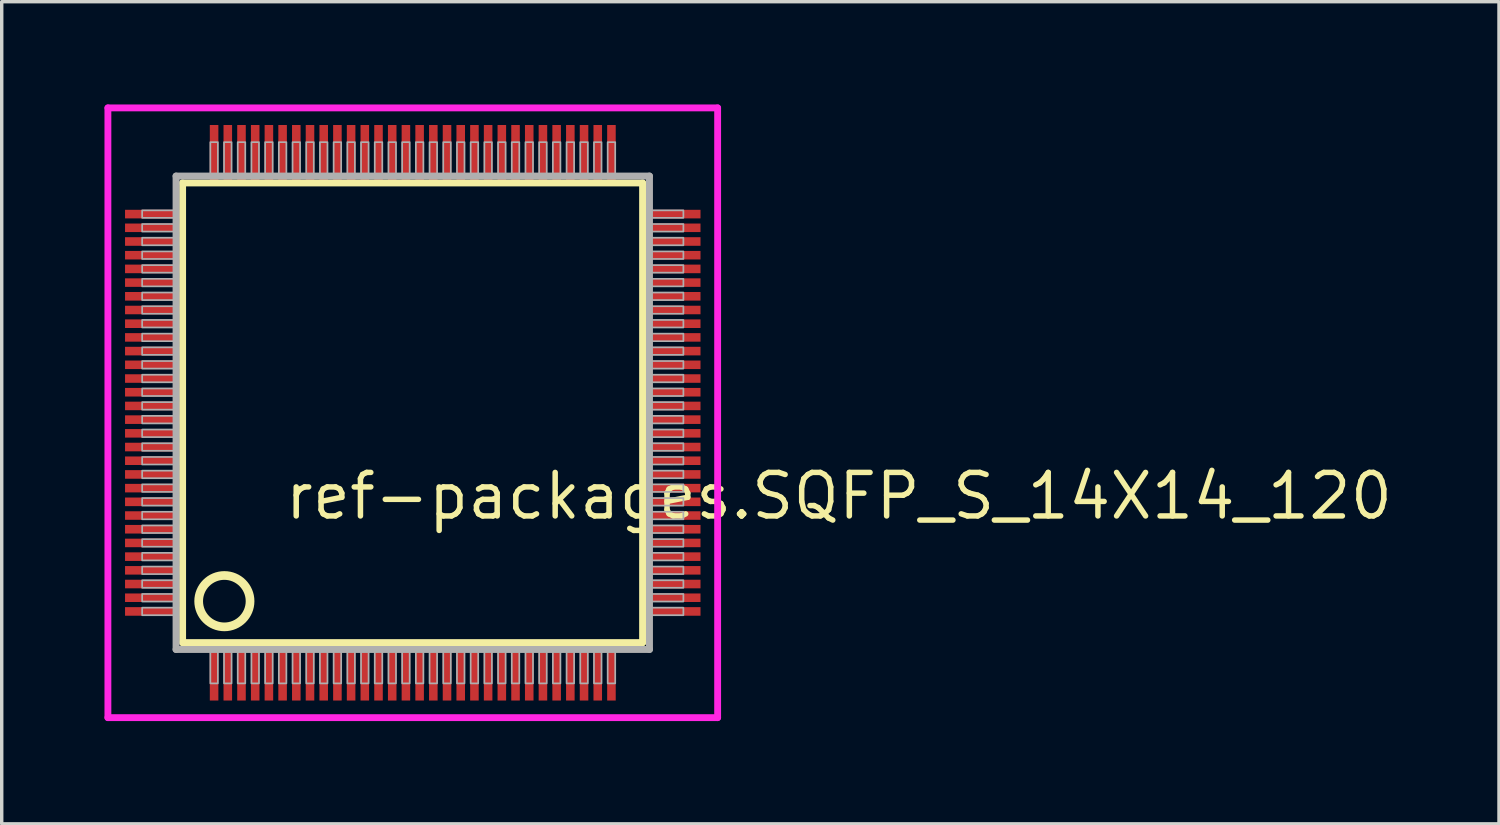
<source format=kicad_pcb>
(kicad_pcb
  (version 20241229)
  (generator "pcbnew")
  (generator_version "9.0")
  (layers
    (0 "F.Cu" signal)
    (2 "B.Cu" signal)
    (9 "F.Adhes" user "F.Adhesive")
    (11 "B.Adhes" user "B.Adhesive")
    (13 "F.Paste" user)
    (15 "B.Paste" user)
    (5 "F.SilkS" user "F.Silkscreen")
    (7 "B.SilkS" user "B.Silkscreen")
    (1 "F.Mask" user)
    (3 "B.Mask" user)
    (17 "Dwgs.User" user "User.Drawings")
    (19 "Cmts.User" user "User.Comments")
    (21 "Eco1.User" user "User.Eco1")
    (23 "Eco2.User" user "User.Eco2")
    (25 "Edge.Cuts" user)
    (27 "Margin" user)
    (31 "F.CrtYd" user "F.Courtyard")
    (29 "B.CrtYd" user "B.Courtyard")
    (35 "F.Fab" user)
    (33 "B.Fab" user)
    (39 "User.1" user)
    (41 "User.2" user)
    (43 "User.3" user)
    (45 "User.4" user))
  (footprint "ref-packages.SQFP_S_14X14_120"
    (layer "F.Cu")
    (at 9 9)
    (property "Reference" "ref-packages.SQFP_S_14X14_120" (at -3.81 3.175 0) (layer "F.SilkS") (effects (font (size 1.27 1.27) (thickness 0.16)) (justify left bottom)))
    (attr smd)
    (fp_line (start -6.72 -6.71) (end 6.71 -6.71) (stroke (width 0.203) (type default)) (layer "F.SilkS"))
    (fp_line (start -6.72 6.71) (end -6.72 -6.71) (stroke (width 0.203) (type default)) (layer "F.SilkS"))
    (fp_line (start 6.71 -6.71) (end 6.71 6.71) (stroke (width 0.203) (type default)) (layer "F.SilkS"))
    (fp_line (start 6.71 6.71) (end -6.72 6.71) (stroke (width 0.203) (type default)) (layer "F.SilkS"))
    (fp_circle (center -5.5 5.5) (end -4.75 5.5) (stroke (width 0.254) (type default)) (fill no) (layer "F.SilkS"))
    (fp_line (start -8.9 -8.9) (end 8.9 -8.9) (stroke (width 0.2) (type default)) (layer "F.CrtYd"))
    (fp_line (start -8.9 8.9) (end -8.9 -8.9) (stroke (width 0.2) (type default)) (layer "F.CrtYd"))
    (fp_line (start 8.9 -8.9) (end 8.9 8.9) (stroke (width 0.2) (type default)) (layer "F.CrtYd"))
    (fp_line (start 8.9 8.9) (end -8.9 8.9) (stroke (width 0.2) (type default)) (layer "F.CrtYd"))
    (fp_line (start -6.91 -6.91) (end -6.91 6.91) (stroke (width 0.203) (type default)) (layer "F.Fab"))
    (fp_line (start -6.91 6.91) (end 6.91 6.91) (stroke (width 0.203) (type default)) (layer "F.Fab"))
    (fp_line (start 6.91 -6.91) (end -6.91 -6.91) (stroke (width 0.203) (type default)) (layer "F.Fab"))
    (fp_line (start 6.91 6.91) (end 6.91 -6.91) (stroke (width 0.203) (type default)) (layer "F.Fab"))
    (fp_rect (start -7.9 -5.69) (end -6.95 -5.91) (stroke (width 0.05) (type default)) (fill no) (layer "F.Fab"))
    (fp_rect (start -7.9 -5.29) (end -6.95 -5.51) (stroke (width 0.05) (type default)) (fill no) (layer "F.Fab"))
    (fp_rect (start -7.9 -4.89) (end -6.95 -5.11) (stroke (width 0.05) (type default)) (fill no) (layer "F.Fab"))
    (fp_rect (start -7.9 -4.49) (end -6.95 -4.71) (stroke (width 0.05) (type default)) (fill no) (layer "F.Fab"))
    (fp_rect (start -7.9 -4.09) (end -6.95 -4.31) (stroke (width 0.05) (type default)) (fill no) (layer "F.Fab"))
    (fp_rect (start -7.9 -3.69) (end -6.95 -3.91) (stroke (width 0.05) (type default)) (fill no) (layer "F.Fab"))
    (fp_rect (start -7.9 -3.29) (end -6.95 -3.51) (stroke (width 0.05) (type default)) (fill no) (layer "F.Fab"))
    (fp_rect (start -7.9 -2.89) (end -6.95 -3.11) (stroke (width 0.05) (type default)) (fill no) (layer "F.Fab"))
    (fp_rect (start -7.9 -2.49) (end -6.95 -2.71) (stroke (width 0.05) (type default)) (fill no) (layer "F.Fab"))
    (fp_rect (start -7.9 -2.09) (end -6.95 -2.31) (stroke (width 0.05) (type default)) (fill no) (layer "F.Fab"))
    (fp_rect (start -7.9 -1.69) (end -6.95 -1.91) (stroke (width 0.05) (type default)) (fill no) (layer "F.Fab"))
    (fp_rect (start -7.9 -1.29) (end -6.95 -1.51) (stroke (width 0.05) (type default)) (fill no) (layer "F.Fab"))
    (fp_rect (start -7.9 -0.89) (end -6.95 -1.11) (stroke (width 0.05) (type default)) (fill no) (layer "F.Fab"))
    (fp_rect (start -7.9 -0.49) (end -6.95 -0.71) (stroke (width 0.05) (type default)) (fill no) (layer "F.Fab"))
    (fp_rect (start -7.9 -0.09) (end -6.95 -0.31) (stroke (width 0.05) (type default)) (fill no) (layer "F.Fab"))
    (fp_rect (start -7.9 0.31) (end -6.95 0.09) (stroke (width 0.05) (type default)) (fill no) (layer "F.Fab"))
    (fp_rect (start -7.9 0.71) (end -6.95 0.49) (stroke (width 0.05) (type default)) (fill no) (layer "F.Fab"))
    (fp_rect (start -7.9 1.11) (end -6.95 0.89) (stroke (width 0.05) (type default)) (fill no) (layer "F.Fab"))
    (fp_rect (start -7.9 1.51) (end -6.95 1.29) (stroke (width 0.05) (type default)) (fill no) (layer "F.Fab"))
    (fp_rect (start -7.9 1.91) (end -6.95 1.69) (stroke (width 0.05) (type default)) (fill no) (layer "F.Fab"))
    (fp_rect (start -7.9 2.31) (end -6.95 2.09) (stroke (width 0.05) (type default)) (fill no) (layer "F.Fab"))
    (fp_rect (start -7.9 2.71) (end -6.95 2.49) (stroke (width 0.05) (type default)) (fill no) (layer "F.Fab"))
    (fp_rect (start -7.9 3.11) (end -6.95 2.89) (stroke (width 0.05) (type default)) (fill no) (layer "F.Fab"))
    (fp_rect (start -7.9 3.51) (end -6.95 3.29) (stroke (width 0.05) (type default)) (fill no) (layer "F.Fab"))
    (fp_rect (start -7.9 3.91) (end -6.95 3.69) (stroke (width 0.05) (type default)) (fill no) (layer "F.Fab"))
    (fp_rect (start -7.9 4.31) (end -6.95 4.09) (stroke (width 0.05) (type default)) (fill no) (layer "F.Fab"))
    (fp_rect (start -7.9 4.71) (end -6.95 4.49) (stroke (width 0.05) (type default)) (fill no) (layer "F.Fab"))
    (fp_rect (start -7.9 5.11) (end -6.95 4.89) (stroke (width 0.05) (type default)) (fill no) (layer "F.Fab"))
    (fp_rect (start -7.9 5.51) (end -6.95 5.29) (stroke (width 0.05) (type default)) (fill no) (layer "F.Fab"))
    (fp_rect (start -7.9 5.91) (end -6.95 5.69) (stroke (width 0.05) (type default)) (fill no) (layer "F.Fab"))
    (fp_rect (start -5.91 -6.95) (end -5.69 -7.9) (stroke (width 0.05) (type default)) (fill no) (layer "F.Fab"))
    (fp_rect (start -5.91 7.9) (end -5.69 6.95) (stroke (width 0.05) (type default)) (fill no) (layer "F.Fab"))
    (fp_rect (start -5.51 -6.95) (end -5.29 -7.9) (stroke (width 0.05) (type default)) (fill no) (layer "F.Fab"))
    (fp_rect (start -5.51 7.9) (end -5.29 6.95) (stroke (width 0.05) (type default)) (fill no) (layer "F.Fab"))
    (fp_rect (start -5.11 -6.95) (end -4.89 -7.9) (stroke (width 0.05) (type default)) (fill no) (layer "F.Fab"))
    (fp_rect (start -5.11 7.9) (end -4.89 6.95) (stroke (width 0.05) (type default)) (fill no) (layer "F.Fab"))
    (fp_rect (start -4.71 -6.95) (end -4.49 -7.9) (stroke (width 0.05) (type default)) (fill no) (layer "F.Fab"))
    (fp_rect (start -4.71 7.9) (end -4.49 6.95) (stroke (width 0.05) (type default)) (fill no) (layer "F.Fab"))
    (fp_rect (start -4.31 -6.95) (end -4.09 -7.9) (stroke (width 0.05) (type default)) (fill no) (layer "F.Fab"))
    (fp_rect (start -4.31 7.9) (end -4.09 6.95) (stroke (width 0.05) (type default)) (fill no) (layer "F.Fab"))
    (fp_rect (start -3.91 -6.95) (end -3.69 -7.9) (stroke (width 0.05) (type default)) (fill no) (layer "F.Fab"))
    (fp_rect (start -3.91 7.9) (end -3.69 6.95) (stroke (width 0.05) (type default)) (fill no) (layer "F.Fab"))
    (fp_rect (start -3.51 -6.95) (end -3.29 -7.9) (stroke (width 0.05) (type default)) (fill no) (layer "F.Fab"))
    (fp_rect (start -3.51 7.9) (end -3.29 6.95) (stroke (width 0.05) (type default)) (fill no) (layer "F.Fab"))
    (fp_rect (start -3.11 -6.95) (end -2.89 -7.9) (stroke (width 0.05) (type default)) (fill no) (layer "F.Fab"))
    (fp_rect (start -3.11 7.9) (end -2.89 6.95) (stroke (width 0.05) (type default)) (fill no) (layer "F.Fab"))
    (fp_rect (start -2.71 -6.95) (end -2.49 -7.9) (stroke (width 0.05) (type default)) (fill no) (layer "F.Fab"))
    (fp_rect (start -2.71 7.9) (end -2.49 6.95) (stroke (width 0.05) (type default)) (fill no) (layer "F.Fab"))
    (fp_rect (start -2.31 -6.95) (end -2.09 -7.9) (stroke (width 0.05) (type default)) (fill no) (layer "F.Fab"))
    (fp_rect (start -2.31 7.9) (end -2.09 6.95) (stroke (width 0.05) (type default)) (fill no) (layer "F.Fab"))
    (fp_rect (start -1.91 -6.95) (end -1.69 -7.9) (stroke (width 0.05) (type default)) (fill no) (layer "F.Fab"))
    (fp_rect (start -1.91 7.9) (end -1.69 6.95) (stroke (width 0.05) (type default)) (fill no) (layer "F.Fab"))
    (fp_rect (start -1.51 -6.95) (end -1.29 -7.9) (stroke (width 0.05) (type default)) (fill no) (layer "F.Fab"))
    (fp_rect (start -1.51 7.9) (end -1.29 6.95) (stroke (width 0.05) (type default)) (fill no) (layer "F.Fab"))
    (fp_rect (start -1.11 -6.95) (end -0.89 -7.9) (stroke (width 0.05) (type default)) (fill no) (layer "F.Fab"))
    (fp_rect (start -1.11 7.9) (end -0.89 6.95) (stroke (width 0.05) (type default)) (fill no) (layer "F.Fab"))
    (fp_rect (start -0.71 -6.95) (end -0.49 -7.9) (stroke (width 0.05) (type default)) (fill no) (layer "F.Fab"))
    (fp_rect (start -0.71 7.9) (end -0.49 6.95) (stroke (width 0.05) (type default)) (fill no) (layer "F.Fab"))
    (fp_rect (start -0.31 -6.95) (end -0.09 -7.9) (stroke (width 0.05) (type default)) (fill no) (layer "F.Fab"))
    (fp_rect (start -0.31 7.9) (end -0.09 6.95) (stroke (width 0.05) (type default)) (fill no) (layer "F.Fab"))
    (fp_rect (start 0.09 -6.95) (end 0.31 -7.9) (stroke (width 0.05) (type default)) (fill no) (layer "F.Fab"))
    (fp_rect (start 0.09 7.9) (end 0.31 6.95) (stroke (width 0.05) (type default)) (fill no) (layer "F.Fab"))
    (fp_rect (start 0.49 -6.95) (end 0.71 -7.9) (stroke (width 0.05) (type default)) (fill no) (layer "F.Fab"))
    (fp_rect (start 0.49 7.9) (end 0.71 6.95) (stroke (width 0.05) (type default)) (fill no) (layer "F.Fab"))
    (fp_rect (start 0.89 -6.95) (end 1.11 -7.9) (stroke (width 0.05) (type default)) (fill no) (layer "F.Fab"))
    (fp_rect (start 0.89 7.9) (end 1.11 6.95) (stroke (width 0.05) (type default)) (fill no) (layer "F.Fab"))
    (fp_rect (start 1.29 -6.95) (end 1.51 -7.9) (stroke (width 0.05) (type default)) (fill no) (layer "F.Fab"))
    (fp_rect (start 1.29 7.9) (end 1.51 6.95) (stroke (width 0.05) (type default)) (fill no) (layer "F.Fab"))
    (fp_rect (start 1.69 -6.95) (end 1.91 -7.9) (stroke (width 0.05) (type default)) (fill no) (layer "F.Fab"))
    (fp_rect (start 1.69 7.9) (end 1.91 6.95) (stroke (width 0.05) (type default)) (fill no) (layer "F.Fab"))
    (fp_rect (start 2.09 -6.95) (end 2.31 -7.9) (stroke (width 0.05) (type default)) (fill no) (layer "F.Fab"))
    (fp_rect (start 2.09 7.9) (end 2.31 6.95) (stroke (width 0.05) (type default)) (fill no) (layer "F.Fab"))
    (fp_rect (start 2.49 -6.95) (end 2.71 -7.9) (stroke (width 0.05) (type default)) (fill no) (layer "F.Fab"))
    (fp_rect (start 2.49 7.9) (end 2.71 6.95) (stroke (width 0.05) (type default)) (fill no) (layer "F.Fab"))
    (fp_rect (start 2.89 -6.95) (end 3.11 -7.9) (stroke (width 0.05) (type default)) (fill no) (layer "F.Fab"))
    (fp_rect (start 2.89 7.9) (end 3.11 6.95) (stroke (width 0.05) (type default)) (fill no) (layer "F.Fab"))
    (fp_rect (start 3.29 -6.95) (end 3.51 -7.9) (stroke (width 0.05) (type default)) (fill no) (layer "F.Fab"))
    (fp_rect (start 3.29 7.9) (end 3.51 6.95) (stroke (width 0.05) (type default)) (fill no) (layer "F.Fab"))
    (fp_rect (start 3.69 -6.95) (end 3.91 -7.9) (stroke (width 0.05) (type default)) (fill no) (layer "F.Fab"))
    (fp_rect (start 3.69 7.9) (end 3.91 6.95) (stroke (width 0.05) (type default)) (fill no) (layer "F.Fab"))
    (fp_rect (start 4.09 -6.95) (end 4.31 -7.9) (stroke (width 0.05) (type default)) (fill no) (layer "F.Fab"))
    (fp_rect (start 4.09 7.9) (end 4.31 6.95) (stroke (width 0.05) (type default)) (fill no) (layer "F.Fab"))
    (fp_rect (start 4.49 -6.95) (end 4.71 -7.9) (stroke (width 0.05) (type default)) (fill no) (layer "F.Fab"))
    (fp_rect (start 4.49 7.9) (end 4.71 6.95) (stroke (width 0.05) (type default)) (fill no) (layer "F.Fab"))
    (fp_rect (start 4.89 -6.95) (end 5.11 -7.9) (stroke (width 0.05) (type default)) (fill no) (layer "F.Fab"))
    (fp_rect (start 4.89 7.9) (end 5.11 6.95) (stroke (width 0.05) (type default)) (fill no) (layer "F.Fab"))
    (fp_rect (start 5.29 -6.95) (end 5.51 -7.9) (stroke (width 0.05) (type default)) (fill no) (layer "F.Fab"))
    (fp_rect (start 5.29 7.9) (end 5.51 6.95) (stroke (width 0.05) (type default)) (fill no) (layer "F.Fab"))
    (fp_rect (start 5.69 -6.95) (end 5.91 -7.9) (stroke (width 0.05) (type default)) (fill no) (layer "F.Fab"))
    (fp_rect (start 5.69 7.9) (end 5.91 6.95) (stroke (width 0.05) (type default)) (fill no) (layer "F.Fab"))
    (fp_rect (start 6.95 -5.69) (end 7.9 -5.91) (stroke (width 0.05) (type default)) (fill no) (layer "F.Fab"))
    (fp_rect (start 6.95 -5.29) (end 7.9 -5.51) (stroke (width 0.05) (type default)) (fill no) (layer "F.Fab"))
    (fp_rect (start 6.95 -4.89) (end 7.9 -5.11) (stroke (width 0.05) (type default)) (fill no) (layer "F.Fab"))
    (fp_rect (start 6.95 -4.49) (end 7.9 -4.71) (stroke (width 0.05) (type default)) (fill no) (layer "F.Fab"))
    (fp_rect (start 6.95 -4.09) (end 7.9 -4.31) (stroke (width 0.05) (type default)) (fill no) (layer "F.Fab"))
    (fp_rect (start 6.95 -3.69) (end 7.9 -3.91) (stroke (width 0.05) (type default)) (fill no) (layer "F.Fab"))
    (fp_rect (start 6.95 -3.29) (end 7.9 -3.51) (stroke (width 0.05) (type default)) (fill no) (layer "F.Fab"))
    (fp_rect (start 6.95 -2.89) (end 7.9 -3.11) (stroke (width 0.05) (type default)) (fill no) (layer "F.Fab"))
    (fp_rect (start 6.95 -2.49) (end 7.9 -2.71) (stroke (width 0.05) (type default)) (fill no) (layer "F.Fab"))
    (fp_rect (start 6.95 -2.09) (end 7.9 -2.31) (stroke (width 0.05) (type default)) (fill no) (layer "F.Fab"))
    (fp_rect (start 6.95 -1.69) (end 7.9 -1.91) (stroke (width 0.05) (type default)) (fill no) (layer "F.Fab"))
    (fp_rect (start 6.95 -1.29) (end 7.9 -1.51) (stroke (width 0.05) (type default)) (fill no) (layer "F.Fab"))
    (fp_rect (start 6.95 -0.89) (end 7.9 -1.11) (stroke (width 0.05) (type default)) (fill no) (layer "F.Fab"))
    (fp_rect (start 6.95 -0.49) (end 7.9 -0.71) (stroke (width 0.05) (type default)) (fill no) (layer "F.Fab"))
    (fp_rect (start 6.95 -0.09) (end 7.9 -0.31) (stroke (width 0.05) (type default)) (fill no) (layer "F.Fab"))
    (fp_rect (start 6.95 0.31) (end 7.9 0.09) (stroke (width 0.05) (type default)) (fill no) (layer "F.Fab"))
    (fp_rect (start 6.95 0.71) (end 7.9 0.49) (stroke (width 0.05) (type default)) (fill no) (layer "F.Fab"))
    (fp_rect (start 6.95 1.11) (end 7.9 0.89) (stroke (width 0.05) (type default)) (fill no) (layer "F.Fab"))
    (fp_rect (start 6.95 1.51) (end 7.9 1.29) (stroke (width 0.05) (type default)) (fill no) (layer "F.Fab"))
    (fp_rect (start 6.95 1.91) (end 7.9 1.69) (stroke (width 0.05) (type default)) (fill no) (layer "F.Fab"))
    (fp_rect (start 6.95 2.31) (end 7.9 2.09) (stroke (width 0.05) (type default)) (fill no) (layer "F.Fab"))
    (fp_rect (start 6.95 2.71) (end 7.9 2.49) (stroke (width 0.05) (type default)) (fill no) (layer "F.Fab"))
    (fp_rect (start 6.95 3.11) (end 7.9 2.89) (stroke (width 0.05) (type default)) (fill no) (layer "F.Fab"))
    (fp_rect (start 6.95 3.51) (end 7.9 3.29) (stroke (width 0.05) (type default)) (fill no) (layer "F.Fab"))
    (fp_rect (start 6.95 3.91) (end 7.9 3.69) (stroke (width 0.05) (type default)) (fill no) (layer "F.Fab"))
    (fp_rect (start 6.95 4.31) (end 7.9 4.09) (stroke (width 0.05) (type default)) (fill no) (layer "F.Fab"))
    (fp_rect (start 6.95 4.71) (end 7.9 4.49) (stroke (width 0.05) (type default)) (fill no) (layer "F.Fab"))
    (fp_rect (start 6.95 5.11) (end 7.9 4.89) (stroke (width 0.05) (type default)) (fill no) (layer "F.Fab"))
    (fp_rect (start 6.95 5.51) (end 7.9 5.29) (stroke (width 0.05) (type default)) (fill no) (layer "F.Fab"))
    (fp_rect (start 6.95 5.91) (end 7.9 5.69) (stroke (width 0.05) (type default)) (fill no) (layer "F.Fab"))
    (pad "1" smd roundrect (at -5.8 7.6) (size 0.25 1.6) (layers "F.Cu" "F.Mask" "F.Paste") (roundrect_rratio 0.01))
    (pad "2" smd roundrect (at -5.4 7.6) (size 0.25 1.6) (layers "F.Cu" "F.Mask" "F.Paste") (roundrect_rratio 0.01))
    (pad "3" smd roundrect (at -5 7.6) (size 0.25 1.6) (layers "F.Cu" "F.Mask" "F.Paste") (roundrect_rratio 0.01))
    (pad "4" smd roundrect (at -4.6 7.6) (size 0.25 1.6) (layers "F.Cu" "F.Mask" "F.Paste") (roundrect_rratio 0.01))
    (pad "5" smd roundrect (at -4.2 7.6) (size 0.25 1.6) (layers "F.Cu" "F.Mask" "F.Paste") (roundrect_rratio 0.01))
    (pad "6" smd roundrect (at -3.8 7.6) (size 0.25 1.6) (layers "F.Cu" "F.Mask" "F.Paste") (roundrect_rratio 0.01))
    (pad "7" smd roundrect (at -3.4 7.6) (size 0.25 1.6) (layers "F.Cu" "F.Mask" "F.Paste") (roundrect_rratio 0.01))
    (pad "8" smd roundrect (at -3 7.6) (size 0.25 1.6) (layers "F.Cu" "F.Mask" "F.Paste") (roundrect_rratio 0.01))
    (pad "9" smd roundrect (at -2.6 7.6) (size 0.25 1.6) (layers "F.Cu" "F.Mask" "F.Paste") (roundrect_rratio 0.01))
    (pad "10" smd roundrect (at -2.2 7.6) (size 0.25 1.6) (layers "F.Cu" "F.Mask" "F.Paste") (roundrect_rratio 0.01))
    (pad "11" smd roundrect (at -1.8 7.6) (size 0.25 1.6) (layers "F.Cu" "F.Mask" "F.Paste") (roundrect_rratio 0.01))
    (pad "12" smd roundrect (at -1.4 7.6) (size 0.25 1.6) (layers "F.Cu" "F.Mask" "F.Paste") (roundrect_rratio 0.01))
    (pad "13" smd roundrect (at -1 7.6) (size 0.25 1.6) (layers "F.Cu" "F.Mask" "F.Paste") (roundrect_rratio 0.01))
    (pad "14" smd roundrect (at -0.6 7.6) (size 0.25 1.6) (layers "F.Cu" "F.Mask" "F.Paste") (roundrect_rratio 0.01))
    (pad "15" smd roundrect (at -0.2 7.6) (size 0.25 1.6) (layers "F.Cu" "F.Mask" "F.Paste") (roundrect_rratio 0.01))
    (pad "16" smd roundrect (at 0.2 7.6) (size 0.25 1.6) (layers "F.Cu" "F.Mask" "F.Paste") (roundrect_rratio 0.01))
    (pad "17" smd roundrect (at 0.6 7.6) (size 0.25 1.6) (layers "F.Cu" "F.Mask" "F.Paste") (roundrect_rratio 0.01))
    (pad "18" smd roundrect (at 1 7.6) (size 0.25 1.6) (layers "F.Cu" "F.Mask" "F.Paste") (roundrect_rratio 0.01))
    (pad "19" smd roundrect (at 1.4 7.6) (size 0.25 1.6) (layers "F.Cu" "F.Mask" "F.Paste") (roundrect_rratio 0.01))
    (pad "20" smd roundrect (at 1.8 7.6) (size 0.25 1.6) (layers "F.Cu" "F.Mask" "F.Paste") (roundrect_rratio 0.01))
    (pad "21" smd roundrect (at 2.2 7.6) (size 0.25 1.6) (layers "F.Cu" "F.Mask" "F.Paste") (roundrect_rratio 0.01))
    (pad "22" smd roundrect (at 2.6 7.6) (size 0.25 1.6) (layers "F.Cu" "F.Mask" "F.Paste") (roundrect_rratio 0.01))
    (pad "23" smd roundrect (at 3 7.6) (size 0.25 1.6) (layers "F.Cu" "F.Mask" "F.Paste") (roundrect_rratio 0.01))
    (pad "24" smd roundrect (at 3.4 7.6) (size 0.25 1.6) (layers "F.Cu" "F.Mask" "F.Paste") (roundrect_rratio 0.01))
    (pad "25" smd roundrect (at 3.8 7.6) (size 0.25 1.6) (layers "F.Cu" "F.Mask" "F.Paste") (roundrect_rratio 0.01))
    (pad "26" smd roundrect (at 4.2 7.6) (size 0.25 1.6) (layers "F.Cu" "F.Mask" "F.Paste") (roundrect_rratio 0.01))
    (pad "27" smd roundrect (at 4.6 7.6) (size 0.25 1.6) (layers "F.Cu" "F.Mask" "F.Paste") (roundrect_rratio 0.01))
    (pad "28" smd roundrect (at 5 7.6) (size 0.25 1.6) (layers "F.Cu" "F.Mask" "F.Paste") (roundrect_rratio 0.01))
    (pad "29" smd roundrect (at 5.4 7.6) (size 0.25 1.6) (layers "F.Cu" "F.Mask" "F.Paste") (roundrect_rratio 0.01))
    (pad "30" smd roundrect (at 5.8 7.6) (size 0.25 1.6) (layers "F.Cu" "F.Mask" "F.Paste") (roundrect_rratio 0.01))
    (pad "31" smd roundrect (at 7.6 5.8) (size 1.6 0.25) (layers "F.Cu" "F.Mask" "F.Paste") (roundrect_rratio 0.01))
    (pad "32" smd roundrect (at 7.6 5.4) (size 1.6 0.25) (layers "F.Cu" "F.Mask" "F.Paste") (roundrect_rratio 0.01))
    (pad "33" smd roundrect (at 7.6 5) (size 1.6 0.25) (layers "F.Cu" "F.Mask" "F.Paste") (roundrect_rratio 0.01))
    (pad "34" smd roundrect (at 7.6 4.6) (size 1.6 0.25) (layers "F.Cu" "F.Mask" "F.Paste") (roundrect_rratio 0.01))
    (pad "35" smd roundrect (at 7.6 4.2) (size 1.6 0.25) (layers "F.Cu" "F.Mask" "F.Paste") (roundrect_rratio 0.01))
    (pad "36" smd roundrect (at 7.6 3.8) (size 1.6 0.25) (layers "F.Cu" "F.Mask" "F.Paste") (roundrect_rratio 0.01))
    (pad "37" smd roundrect (at 7.6 3.4) (size 1.6 0.25) (layers "F.Cu" "F.Mask" "F.Paste") (roundrect_rratio 0.01))
    (pad "38" smd roundrect (at 7.6 3) (size 1.6 0.25) (layers "F.Cu" "F.Mask" "F.Paste") (roundrect_rratio 0.01))
    (pad "39" smd roundrect (at 7.6 2.6) (size 1.6 0.25) (layers "F.Cu" "F.Mask" "F.Paste") (roundrect_rratio 0.01))
    (pad "40" smd roundrect (at 7.6 2.2) (size 1.6 0.25) (layers "F.Cu" "F.Mask" "F.Paste") (roundrect_rratio 0.01))
    (pad "41" smd roundrect (at 7.6 1.8) (size 1.6 0.25) (layers "F.Cu" "F.Mask" "F.Paste") (roundrect_rratio 0.01))
    (pad "42" smd roundrect (at 7.6 1.4) (size 1.6 0.25) (layers "F.Cu" "F.Mask" "F.Paste") (roundrect_rratio 0.01))
    (pad "43" smd roundrect (at 7.6 1) (size 1.6 0.25) (layers "F.Cu" "F.Mask" "F.Paste") (roundrect_rratio 0.01))
    (pad "44" smd roundrect (at 7.6 0.6) (size 1.6 0.25) (layers "F.Cu" "F.Mask" "F.Paste") (roundrect_rratio 0.01))
    (pad "45" smd roundrect (at 7.6 0.2) (size 1.6 0.25) (layers "F.Cu" "F.Mask" "F.Paste") (roundrect_rratio 0.01))
    (pad "46" smd roundrect (at 7.6 -0.2) (size 1.6 0.25) (layers "F.Cu" "F.Mask" "F.Paste") (roundrect_rratio 0.01))
    (pad "47" smd roundrect (at 7.6 -0.6) (size 1.6 0.25) (layers "F.Cu" "F.Mask" "F.Paste") (roundrect_rratio 0.01))
    (pad "48" smd roundrect (at 7.6 -1) (size 1.6 0.25) (layers "F.Cu" "F.Mask" "F.Paste") (roundrect_rratio 0.01))
    (pad "49" smd roundrect (at 7.6 -1.4) (size 1.6 0.25) (layers "F.Cu" "F.Mask" "F.Paste") (roundrect_rratio 0.01))
    (pad "50" smd roundrect (at 7.6 -1.8) (size 1.6 0.25) (layers "F.Cu" "F.Mask" "F.Paste") (roundrect_rratio 0.01))
    (pad "51" smd roundrect (at 7.6 -2.2) (size 1.6 0.25) (layers "F.Cu" "F.Mask" "F.Paste") (roundrect_rratio 0.01))
    (pad "52" smd roundrect (at 7.6 -2.6) (size 1.6 0.25) (layers "F.Cu" "F.Mask" "F.Paste") (roundrect_rratio 0.01))
    (pad "53" smd roundrect (at 7.6 -3) (size 1.6 0.25) (layers "F.Cu" "F.Mask" "F.Paste") (roundrect_rratio 0.01))
    (pad "54" smd roundrect (at 7.6 -3.4) (size 1.6 0.25) (layers "F.Cu" "F.Mask" "F.Paste") (roundrect_rratio 0.01))
    (pad "55" smd roundrect (at 7.6 -3.8) (size 1.6 0.25) (layers "F.Cu" "F.Mask" "F.Paste") (roundrect_rratio 0.01))
    (pad "56" smd roundrect (at 7.6 -4.2) (size 1.6 0.25) (layers "F.Cu" "F.Mask" "F.Paste") (roundrect_rratio 0.01))
    (pad "57" smd roundrect (at 7.6 -4.6) (size 1.6 0.25) (layers "F.Cu" "F.Mask" "F.Paste") (roundrect_rratio 0.01))
    (pad "58" smd roundrect (at 7.6 -5) (size 1.6 0.25) (layers "F.Cu" "F.Mask" "F.Paste") (roundrect_rratio 0.01))
    (pad "59" smd roundrect (at 7.6 -5.4) (size 1.6 0.25) (layers "F.Cu" "F.Mask" "F.Paste") (roundrect_rratio 0.01))
    (pad "60" smd roundrect (at 7.6 -5.8) (size 1.6 0.25) (layers "F.Cu" "F.Mask" "F.Paste") (roundrect_rratio 0.01))
    (pad "61" smd roundrect (at 5.8 -7.6) (size 0.25 1.6) (layers "F.Cu" "F.Mask" "F.Paste") (roundrect_rratio 0.01))
    (pad "62" smd roundrect (at 5.4 -7.6) (size 0.25 1.6) (layers "F.Cu" "F.Mask" "F.Paste") (roundrect_rratio 0.01))
    (pad "63" smd roundrect (at 5 -7.6) (size 0.25 1.6) (layers "F.Cu" "F.Mask" "F.Paste") (roundrect_rratio 0.01))
    (pad "64" smd roundrect (at 4.6 -7.6) (size 0.25 1.6) (layers "F.Cu" "F.Mask" "F.Paste") (roundrect_rratio 0.01))
    (pad "65" smd roundrect (at 4.2 -7.6) (size 0.25 1.6) (layers "F.Cu" "F.Mask" "F.Paste") (roundrect_rratio 0.01))
    (pad "66" smd roundrect (at 3.8 -7.6) (size 0.25 1.6) (layers "F.Cu" "F.Mask" "F.Paste") (roundrect_rratio 0.01))
    (pad "67" smd roundrect (at 3.4 -7.6) (size 0.25 1.6) (layers "F.Cu" "F.Mask" "F.Paste") (roundrect_rratio 0.01))
    (pad "68" smd roundrect (at 3 -7.6) (size 0.25 1.6) (layers "F.Cu" "F.Mask" "F.Paste") (roundrect_rratio 0.01))
    (pad "69" smd roundrect (at 2.6 -7.6) (size 0.25 1.6) (layers "F.Cu" "F.Mask" "F.Paste") (roundrect_rratio 0.01))
    (pad "70" smd roundrect (at 2.2 -7.6) (size 0.25 1.6) (layers "F.Cu" "F.Mask" "F.Paste") (roundrect_rratio 0.01))
    (pad "71" smd roundrect (at 1.8 -7.6) (size 0.25 1.6) (layers "F.Cu" "F.Mask" "F.Paste") (roundrect_rratio 0.01))
    (pad "72" smd roundrect (at 1.4 -7.6) (size 0.25 1.6) (layers "F.Cu" "F.Mask" "F.Paste") (roundrect_rratio 0.01))
    (pad "73" smd roundrect (at 1 -7.6) (size 0.25 1.6) (layers "F.Cu" "F.Mask" "F.Paste") (roundrect_rratio 0.01))
    (pad "74" smd roundrect (at 0.6 -7.6) (size 0.25 1.6) (layers "F.Cu" "F.Mask" "F.Paste") (roundrect_rratio 0.01))
    (pad "75" smd roundrect (at 0.2 -7.6) (size 0.25 1.6) (layers "F.Cu" "F.Mask" "F.Paste") (roundrect_rratio 0.01))
    (pad "76" smd roundrect (at -0.2 -7.6) (size 0.25 1.6) (layers "F.Cu" "F.Mask" "F.Paste") (roundrect_rratio 0.01))
    (pad "77" smd roundrect (at -0.6 -7.6) (size 0.25 1.6) (layers "F.Cu" "F.Mask" "F.Paste") (roundrect_rratio 0.01))
    (pad "78" smd roundrect (at -1 -7.6) (size 0.25 1.6) (layers "F.Cu" "F.Mask" "F.Paste") (roundrect_rratio 0.01))
    (pad "79" smd roundrect (at -1.4 -7.6) (size 0.25 1.6) (layers "F.Cu" "F.Mask" "F.Paste") (roundrect_rratio 0.01))
    (pad "80" smd roundrect (at -1.8 -7.6) (size 0.25 1.6) (layers "F.Cu" "F.Mask" "F.Paste") (roundrect_rratio 0.01))
    (pad "81" smd roundrect (at -2.2 -7.6) (size 0.25 1.6) (layers "F.Cu" "F.Mask" "F.Paste") (roundrect_rratio 0.01))
    (pad "82" smd roundrect (at -2.6 -7.6) (size 0.25 1.6) (layers "F.Cu" "F.Mask" "F.Paste") (roundrect_rratio 0.01))
    (pad "83" smd roundrect (at -3 -7.6) (size 0.25 1.6) (layers "F.Cu" "F.Mask" "F.Paste") (roundrect_rratio 0.01))
    (pad "84" smd roundrect (at -3.4 -7.6) (size 0.25 1.6) (layers "F.Cu" "F.Mask" "F.Paste") (roundrect_rratio 0.01))
    (pad "85" smd roundrect (at -3.8 -7.6) (size 0.25 1.6) (layers "F.Cu" "F.Mask" "F.Paste") (roundrect_rratio 0.01))
    (pad "86" smd roundrect (at -4.2 -7.6) (size 0.25 1.6) (layers "F.Cu" "F.Mask" "F.Paste") (roundrect_rratio 0.01))
    (pad "87" smd roundrect (at -4.6 -7.6) (size 0.25 1.6) (layers "F.Cu" "F.Mask" "F.Paste") (roundrect_rratio 0.01))
    (pad "88" smd roundrect (at -5 -7.6) (size 0.25 1.6) (layers "F.Cu" "F.Mask" "F.Paste") (roundrect_rratio 0.01))
    (pad "89" smd roundrect (at -5.4 -7.6) (size 0.25 1.6) (layers "F.Cu" "F.Mask" "F.Paste") (roundrect_rratio 0.01))
    (pad "90" smd roundrect (at -5.8 -7.6) (size 0.25 1.6) (layers "F.Cu" "F.Mask" "F.Paste") (roundrect_rratio 0.01))
    (pad "91" smd roundrect (at -7.6 -5.8) (size 1.6 0.25) (layers "F.Cu" "F.Mask" "F.Paste") (roundrect_rratio 0.01))
    (pad "92" smd roundrect (at -7.6 -5.4) (size 1.6 0.25) (layers "F.Cu" "F.Mask" "F.Paste") (roundrect_rratio 0.01))
    (pad "93" smd roundrect (at -7.6 -5) (size 1.6 0.25) (layers "F.Cu" "F.Mask" "F.Paste") (roundrect_rratio 0.01))
    (pad "94" smd roundrect (at -7.6 -4.6) (size 1.6 0.25) (layers "F.Cu" "F.Mask" "F.Paste") (roundrect_rratio 0.01))
    (pad "95" smd roundrect (at -7.6 -4.2) (size 1.6 0.25) (layers "F.Cu" "F.Mask" "F.Paste") (roundrect_rratio 0.01))
    (pad "96" smd roundrect (at -7.6 -3.8) (size 1.6 0.25) (layers "F.Cu" "F.Mask" "F.Paste") (roundrect_rratio 0.01))
    (pad "97" smd roundrect (at -7.6 -3.4) (size 1.6 0.25) (layers "F.Cu" "F.Mask" "F.Paste") (roundrect_rratio 0.01))
    (pad "98" smd roundrect (at -7.6 -3) (size 1.6 0.25) (layers "F.Cu" "F.Mask" "F.Paste") (roundrect_rratio 0.01))
    (pad "99" smd roundrect (at -7.6 -2.6) (size 1.6 0.25) (layers "F.Cu" "F.Mask" "F.Paste") (roundrect_rratio 0.01))
    (pad "100" smd roundrect (at -7.6 -2.2) (size 1.6 0.25) (layers "F.Cu" "F.Mask" "F.Paste") (roundrect_rratio 0.01))
    (pad "101" smd roundrect (at -7.6 -1.8) (size 1.6 0.25) (layers "F.Cu" "F.Mask" "F.Paste") (roundrect_rratio 0.01))
    (pad "102" smd roundrect (at -7.6 -1.4) (size 1.6 0.25) (layers "F.Cu" "F.Mask" "F.Paste") (roundrect_rratio 0.01))
    (pad "103" smd roundrect (at -7.6 -1) (size 1.6 0.25) (layers "F.Cu" "F.Mask" "F.Paste") (roundrect_rratio 0.01))
    (pad "104" smd roundrect (at -7.6 -0.6) (size 1.6 0.25) (layers "F.Cu" "F.Mask" "F.Paste") (roundrect_rratio 0.01))
    (pad "105" smd roundrect (at -7.6 -0.2) (size 1.6 0.25) (layers "F.Cu" "F.Mask" "F.Paste") (roundrect_rratio 0.01))
    (pad "106" smd roundrect (at -7.6 0.2) (size 1.6 0.25) (layers "F.Cu" "F.Mask" "F.Paste") (roundrect_rratio 0.01))
    (pad "107" smd roundrect (at -7.6 0.6) (size 1.6 0.25) (layers "F.Cu" "F.Mask" "F.Paste") (roundrect_rratio 0.01))
    (pad "108" smd roundrect (at -7.6 1) (size 1.6 0.25) (layers "F.Cu" "F.Mask" "F.Paste") (roundrect_rratio 0.01))
    (pad "109" smd roundrect (at -7.6 1.4) (size 1.6 0.25) (layers "F.Cu" "F.Mask" "F.Paste") (roundrect_rratio 0.01))
    (pad "110" smd roundrect (at -7.6 1.8) (size 1.6 0.25) (layers "F.Cu" "F.Mask" "F.Paste") (roundrect_rratio 0.01))
    (pad "111" smd roundrect (at -7.6 2.2) (size 1.6 0.25) (layers "F.Cu" "F.Mask" "F.Paste") (roundrect_rratio 0.01))
    (pad "112" smd roundrect (at -7.6 2.6) (size 1.6 0.25) (layers "F.Cu" "F.Mask" "F.Paste") (roundrect_rratio 0.01))
    (pad "113" smd roundrect (at -7.6 3) (size 1.6 0.25) (layers "F.Cu" "F.Mask" "F.Paste") (roundrect_rratio 0.01))
    (pad "114" smd roundrect (at -7.6 3.4) (size 1.6 0.25) (layers "F.Cu" "F.Mask" "F.Paste") (roundrect_rratio 0.01))
    (pad "115" smd roundrect (at -7.6 3.8) (size 1.6 0.25) (layers "F.Cu" "F.Mask" "F.Paste") (roundrect_rratio 0.01))
    (pad "116" smd roundrect (at -7.6 4.2) (size 1.6 0.25) (layers "F.Cu" "F.Mask" "F.Paste") (roundrect_rratio 0.01))
    (pad "117" smd roundrect (at -7.6 4.6) (size 1.6 0.25) (layers "F.Cu" "F.Mask" "F.Paste") (roundrect_rratio 0.01))
    (pad "118" smd roundrect (at -7.6 5) (size 1.6 0.25) (layers "F.Cu" "F.Mask" "F.Paste") (roundrect_rratio 0.01))
    (pad "119" smd roundrect (at -7.6 5.4) (size 1.6 0.25) (layers "F.Cu" "F.Mask" "F.Paste") (roundrect_rratio 0.01))
    (pad "120" smd roundrect (at -7.6 5.8) (size 1.6 0.25) (layers "F.Cu" "F.Mask" "F.Paste") (roundrect_rratio 0.01)))
  (gr_rect
    (start -3 -3)
    (end 40.71 21)
    (stroke (width 0.1) (type default))
    (fill no)
    (layer "Edge.Cuts")))
</source>
